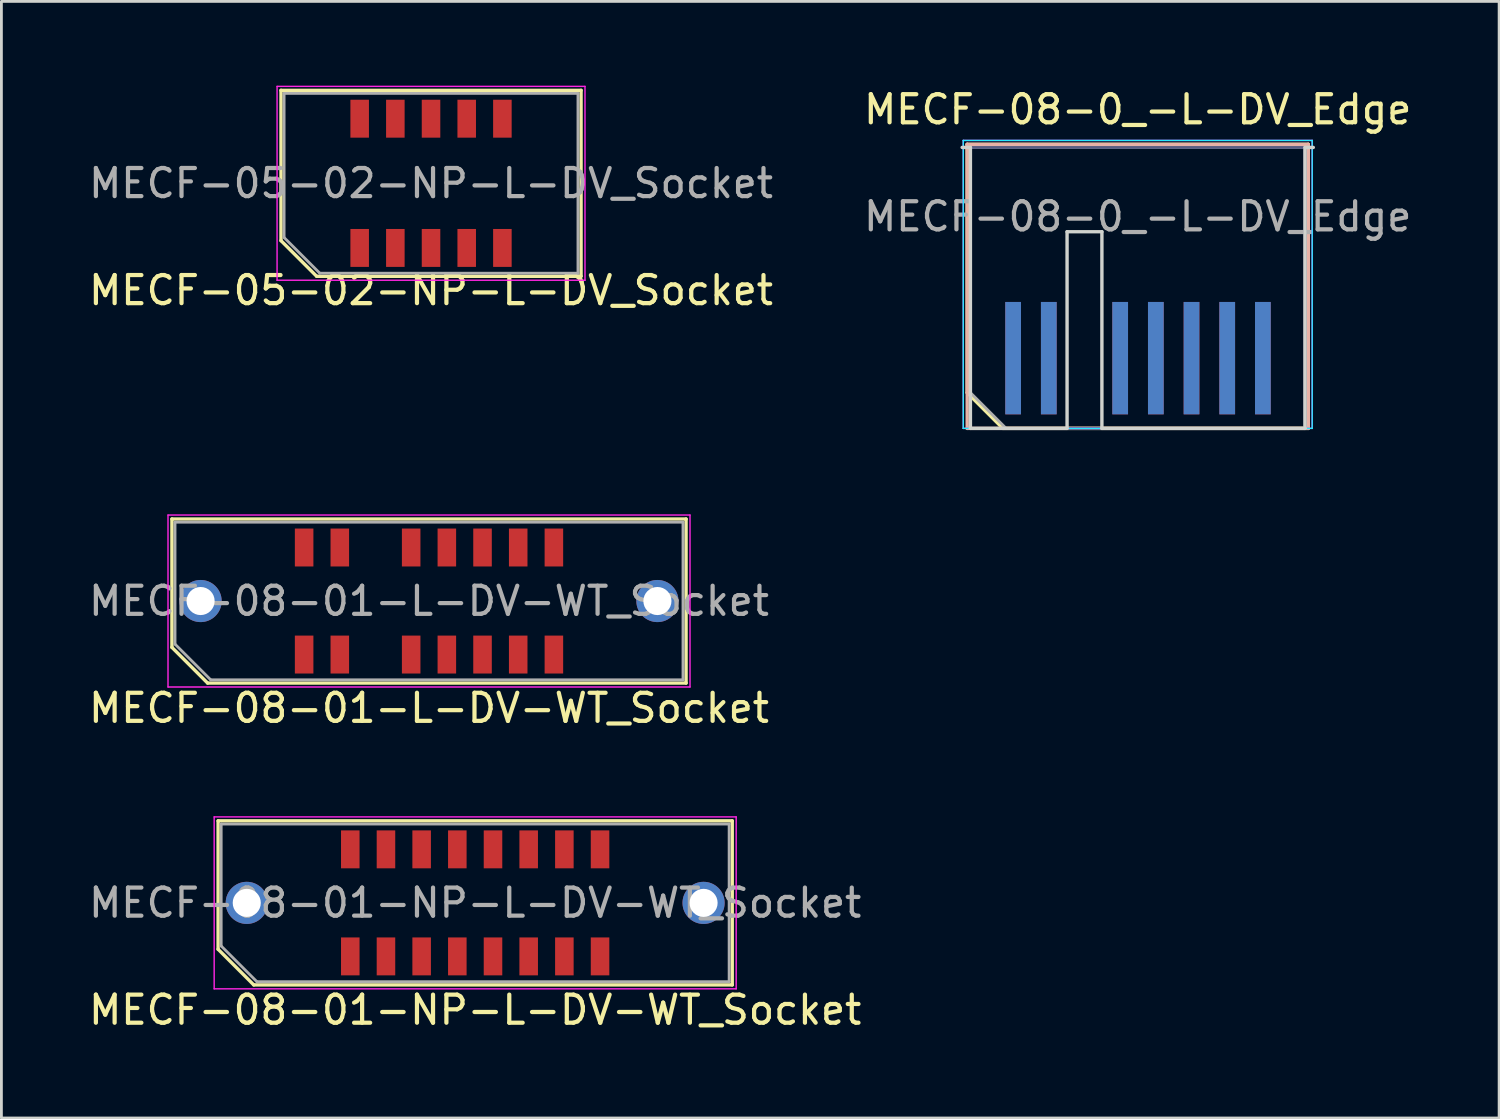
<source format=kicad_pcb>
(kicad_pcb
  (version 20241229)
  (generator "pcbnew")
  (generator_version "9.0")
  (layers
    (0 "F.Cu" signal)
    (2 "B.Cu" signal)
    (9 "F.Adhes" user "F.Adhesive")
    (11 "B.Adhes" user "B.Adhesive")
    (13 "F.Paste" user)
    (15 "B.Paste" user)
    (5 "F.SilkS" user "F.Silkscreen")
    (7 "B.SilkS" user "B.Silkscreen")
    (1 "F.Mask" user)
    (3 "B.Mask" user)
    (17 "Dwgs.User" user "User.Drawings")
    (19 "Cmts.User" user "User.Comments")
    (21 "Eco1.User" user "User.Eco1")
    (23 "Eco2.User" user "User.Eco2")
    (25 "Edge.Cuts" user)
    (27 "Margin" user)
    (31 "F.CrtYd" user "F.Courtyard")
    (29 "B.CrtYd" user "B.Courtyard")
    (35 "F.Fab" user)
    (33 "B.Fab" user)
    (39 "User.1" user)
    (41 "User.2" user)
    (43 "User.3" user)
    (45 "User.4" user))
  (footprint "MECF-05-02-NP-L-DV_Socket"
    (layer "F.Cu")
    (at 12.292 3.475)
    (property "Reference" "MECF-05-02-NP-L-DV_Socket" (at 0 3.81 0) (layer "F.SilkS") (effects (font (size 1 1) (thickness 0.15))))
    (attr smd)
    (fp_line (start -5.34 -3.31) (end 5.34 -3.31) (stroke (width 0.12) (type solid)) (layer "F.SilkS"))
    (fp_line (start -5.34 2.04) (end -5.34 -3.31) (stroke (width 0.12) (type solid)) (layer "F.SilkS"))
    (fp_line (start -4.07 3.31) (end -5.34 2.04) (stroke (width 0.12) (type solid)) (layer "F.SilkS"))
    (fp_line (start -4.07 3.31) (end 5.34 3.31) (stroke (width 0.12) (type solid)) (layer "F.SilkS"))
    (fp_line (start 5.34 3.31) (end 5.34 -3.31) (stroke (width 0.12) (type solid)) (layer "F.SilkS"))
    (fp_line (start -5.48 -3.45) (end -5.48 3.45) (stroke (width 0.05) (type solid)) (layer "F.CrtYd"))
    (fp_line (start -5.48 3.45) (end 5.48 3.45) (stroke (width 0.05) (type solid)) (layer "F.CrtYd"))
    (fp_line (start 5.48 -3.45) (end -5.48 -3.45) (stroke (width 0.05) (type solid)) (layer "F.CrtYd"))
    (fp_line (start 5.48 3.45) (end 5.48 -3.45) (stroke (width 0.05) (type solid)) (layer "F.CrtYd"))
    (fp_line (start -5.23 -3.2) (end 5.23 -3.2) (stroke (width 0.1) (type solid)) (layer "F.Fab"))
    (fp_line (start -5.23 1.93) (end -5.23 -3.2) (stroke (width 0.1) (type solid)) (layer "F.Fab"))
    (fp_line (start -5.23 1.93) (end -3.96 3.2) (stroke (width 0.1) (type solid)) (layer "F.Fab"))
    (fp_line (start -3.96 3.2) (end 5.23 3.2) (stroke (width 0.1) (type solid)) (layer "F.Fab"))
    (fp_line (start 5.23 3.2) (end 5.23 -3.2) (stroke (width 0.1) (type solid)) (layer "F.Fab"))
    (fp_text user "${REFERENCE}" (at 0 0 0) (layer "F.Fab") (effects (font (size 1 1) (thickness 0.15))))
    (pad "" np_thru_hole circle (at -4.32 0) (size 0.001 0.001) (drill 1.45) (layers "*.Cu" "*.Mask"))
    (pad "" np_thru_hole circle (at 4.32 1) (size 0.001 0.001) (drill 1.45) (layers "*.Cu" "*.Mask"))
    (pad "1" smd rect (at -2.54 2.3) (size 0.66 1.35) (layers "F.Cu" "F.Mask" "F.Paste"))
    (pad "2" smd rect (at -2.54 -2.3) (size 0.66 1.35) (layers "F.Cu" "F.Mask" "F.Paste"))
    (pad "3" smd rect (at -1.27 2.3) (size 0.66 1.35) (layers "F.Cu" "F.Mask" "F.Paste"))
    (pad "4" smd rect (at -1.27 -2.3) (size 0.66 1.35) (layers "F.Cu" "F.Mask" "F.Paste"))
    (pad "5" smd rect (at 0 2.3) (size 0.66 1.35) (layers "F.Cu" "F.Mask" "F.Paste"))
    (pad "6" smd rect (at 0 -2.3) (size 0.66 1.35) (layers "F.Cu" "F.Mask" "F.Paste"))
    (pad "7" smd rect (at 1.27 2.3) (size 0.66 1.35) (layers "F.Cu" "F.Mask" "F.Paste"))
    (pad "8" smd rect (at 1.27 -2.3) (size 0.66 1.35) (layers "F.Cu" "F.Mask" "F.Paste"))
    (pad "9" smd rect (at 2.54 2.3) (size 0.66 1.35) (layers "F.Cu" "F.Mask" "F.Paste"))
    (pad "10" smd rect (at 2.54 -2.3) (size 0.66 1.35) (layers "F.Cu" "F.Mask" "F.Paste")))
  (footprint "MECF-08-01-L-DV-WT_Socket"
    (layer "F.Cu")
    (at 12.22 18.343)
    (property "Reference" "MECF-08-01-L-DV-WT_Socket" (at 0 3.81 0) (layer "F.SilkS") (effects (font (size 1 1) (thickness 0.15))))
    (attr smd)
    (fp_line (start -9.15 -2.92) (end 9.15 -2.92) (stroke (width 0.12) (type solid)) (layer "F.SilkS"))
    (fp_line (start -9.15 1.65) (end -9.15 -2.92) (stroke (width 0.12) (type solid)) (layer "F.SilkS"))
    (fp_line (start -7.88 2.92) (end -9.15 1.65) (stroke (width 0.12) (type solid)) (layer "F.SilkS"))
    (fp_line (start -7.88 2.92) (end 9.15 2.92) (stroke (width 0.12) (type solid)) (layer "F.SilkS"))
    (fp_line (start 9.15 2.92) (end 9.15 -2.92) (stroke (width 0.12) (type solid)) (layer "F.SilkS"))
    (fp_line (start -9.29 -3.06) (end -9.29 3.06) (stroke (width 0.05) (type solid)) (layer "F.CrtYd"))
    (fp_line (start -9.29 3.06) (end 9.29 3.06) (stroke (width 0.05) (type solid)) (layer "F.CrtYd"))
    (fp_line (start 9.29 -3.06) (end -9.29 -3.06) (stroke (width 0.05) (type solid)) (layer "F.CrtYd"))
    (fp_line (start 9.29 3.06) (end 9.29 -3.06) (stroke (width 0.05) (type solid)) (layer "F.CrtYd"))
    (fp_line (start -9.04 -2.805) (end 9.04 -2.805) (stroke (width 0.1) (type solid)) (layer "F.Fab"))
    (fp_line (start -9.04 1.535) (end -9.04 -2.805) (stroke (width 0.1) (type solid)) (layer "F.Fab"))
    (fp_line (start -9.04 1.535) (end -7.77 2.805) (stroke (width 0.1) (type solid)) (layer "F.Fab"))
    (fp_line (start -7.77 2.805) (end 9.04 2.805) (stroke (width 0.1) (type solid)) (layer "F.Fab"))
    (fp_line (start 9.04 2.805) (end 9.04 -2.805) (stroke (width 0.1) (type solid)) (layer "F.Fab"))
    (fp_text user "${REFERENCE}" (at 0 0 0) (layer "F.Fab") (effects (font (size 1 1) (thickness 0.15))))
    (pad "" thru_hole circle (at -8.13 0) (size 1.5 1.5) (drill 1) (layers "*.Cu" "*.Mask"))
    (pad "" np_thru_hole circle (at -6.225 0) (size 0.001 0.001) (drill 1.45) (layers "*.Cu" "*.Mask"))
    (pad "" np_thru_hole circle (at 6.225 1) (size 0.001 0.001) (drill 1.45) (layers "*.Cu" "*.Mask"))
    (pad "" thru_hole circle (at 8.13 0) (size 1.5 1.5) (drill 1) (layers "*.Cu" "*.Mask"))
    (pad "1" smd rect (at -4.445 1.905) (size 0.66 1.35) (layers "F.Cu" "F.Mask" "F.Paste"))
    (pad "2" smd rect (at -4.445 -1.905) (size 0.66 1.35) (layers "F.Cu" "F.Mask" "F.Paste"))
    (pad "3" smd rect (at -3.175 1.905) (size 0.66 1.35) (layers "F.Cu" "F.Mask" "F.Paste"))
    (pad "4" smd rect (at -3.175 -1.905) (size 0.66 1.35) (layers "F.Cu" "F.Mask" "F.Paste"))
    (pad "7" smd rect (at -0.635 1.905) (size 0.66 1.35) (layers "F.Cu" "F.Mask" "F.Paste"))
    (pad "8" smd rect (at -0.635 -1.905) (size 0.66 1.35) (layers "F.Cu" "F.Mask" "F.Paste"))
    (pad "9" smd rect (at 0.635 1.905) (size 0.66 1.35) (layers "F.Cu" "F.Mask" "F.Paste"))
    (pad "10" smd rect (at 0.635 -1.905) (size 0.66 1.35) (layers "F.Cu" "F.Mask" "F.Paste"))
    (pad "11" smd rect (at 1.905 1.905) (size 0.66 1.35) (layers "F.Cu" "F.Mask" "F.Paste"))
    (pad "12" smd rect (at 1.905 -1.905) (size 0.66 1.35) (layers "F.Cu" "F.Mask" "F.Paste"))
    (pad "13" smd rect (at 3.175 1.905) (size 0.66 1.35) (layers "F.Cu" "F.Mask" "F.Paste"))
    (pad "14" smd rect (at 3.175 -1.905) (size 0.66 1.35) (layers "F.Cu" "F.Mask" "F.Paste"))
    (pad "15" smd rect (at 4.445 1.905) (size 0.66 1.35) (layers "F.Cu" "F.Mask" "F.Paste"))
    (pad "16" smd rect (at 4.445 -1.905) (size 0.66 1.35) (layers "F.Cu" "F.Mask" "F.Paste")))
  (footprint "MECF-08-01-NP-L-DV-WT_Socket"
    (layer "F.Cu")
    (at 13.863 29.087)
    (property "Reference" "MECF-08-01-NP-L-DV-WT_Socket" (at 0 3.81 0) (layer "F.SilkS") (effects (font (size 1 1) (thickness 0.15))))
    (attr smd)
    (fp_line (start -9.15 -2.92) (end 9.15 -2.92) (stroke (width 0.12) (type solid)) (layer "F.SilkS"))
    (fp_line (start -9.15 1.65) (end -9.15 -2.92) (stroke (width 0.12) (type solid)) (layer "F.SilkS"))
    (fp_line (start -7.88 2.92) (end -9.15 1.65) (stroke (width 0.12) (type solid)) (layer "F.SilkS"))
    (fp_line (start -7.88 2.92) (end 9.15 2.92) (stroke (width 0.12) (type solid)) (layer "F.SilkS"))
    (fp_line (start 9.15 2.92) (end 9.15 -2.92) (stroke (width 0.12) (type solid)) (layer "F.SilkS"))
    (fp_line (start -9.29 -3.06) (end -9.29 3.06) (stroke (width 0.05) (type solid)) (layer "F.CrtYd"))
    (fp_line (start -9.29 3.06) (end 9.29 3.06) (stroke (width 0.05) (type solid)) (layer "F.CrtYd"))
    (fp_line (start 9.29 -3.06) (end -9.29 -3.06) (stroke (width 0.05) (type solid)) (layer "F.CrtYd"))
    (fp_line (start 9.29 3.06) (end 9.29 -3.06) (stroke (width 0.05) (type solid)) (layer "F.CrtYd"))
    (fp_line (start -9.04 -2.805) (end 9.04 -2.805) (stroke (width 0.1) (type solid)) (layer "F.Fab"))
    (fp_line (start -9.04 1.535) (end -9.04 -2.805) (stroke (width 0.1) (type solid)) (layer "F.Fab"))
    (fp_line (start -9.04 1.535) (end -7.77 2.805) (stroke (width 0.1) (type solid)) (layer "F.Fab"))
    (fp_line (start -7.77 2.805) (end 9.04 2.805) (stroke (width 0.1) (type solid)) (layer "F.Fab"))
    (fp_line (start 9.04 2.805) (end 9.04 -2.805) (stroke (width 0.1) (type solid)) (layer "F.Fab"))
    (fp_text user "${REFERENCE}" (at 0 0 0) (layer "F.Fab") (effects (font (size 1 1) (thickness 0.15))))
    (pad "" thru_hole circle (at -8.13 0) (size 1.5 1.5) (drill 1) (layers "*.Cu" "*.Mask"))
    (pad "" np_thru_hole circle (at -6.225 0) (size 0.001 0.001) (drill 1.45) (layers "*.Cu" "*.Mask"))
    (pad "" np_thru_hole circle (at 6.225 1) (size 0.001 0.001) (drill 1.45) (layers "*.Cu" "*.Mask"))
    (pad "" thru_hole circle (at 8.13 0) (size 1.5 1.5) (drill 1) (layers "*.Cu" "*.Mask"))
    (pad "1" smd rect (at -4.445 1.905) (size 0.66 1.35) (layers "F.Cu" "F.Mask" "F.Paste"))
    (pad "2" smd rect (at -4.445 -1.905) (size 0.66 1.35) (layers "F.Cu" "F.Mask" "F.Paste"))
    (pad "3" smd rect (at -3.175 1.905) (size 0.66 1.35) (layers "F.Cu" "F.Mask" "F.Paste"))
    (pad "4" smd rect (at -3.175 -1.905) (size 0.66 1.35) (layers "F.Cu" "F.Mask" "F.Paste"))
    (pad "5" smd rect (at -1.905 1.905) (size 0.66 1.35) (layers "F.Cu" "F.Mask" "F.Paste"))
    (pad "6" smd rect (at -1.905 -1.905) (size 0.66 1.35) (layers "F.Cu" "F.Mask" "F.Paste"))
    (pad "7" smd rect (at -0.635 1.905) (size 0.66 1.35) (layers "F.Cu" "F.Mask" "F.Paste"))
    (pad "8" smd rect (at -0.635 -1.905) (size 0.66 1.35) (layers "F.Cu" "F.Mask" "F.Paste"))
    (pad "9" smd rect (at 0.635 1.905) (size 0.66 1.35) (layers "F.Cu" "F.Mask" "F.Paste"))
    (pad "10" smd rect (at 0.635 -1.905) (size 0.66 1.35) (layers "F.Cu" "F.Mask" "F.Paste"))
    (pad "11" smd rect (at 1.905 1.905) (size 0.66 1.35) (layers "F.Cu" "F.Mask" "F.Paste"))
    (pad "12" smd rect (at 1.905 -1.905) (size 0.66 1.35) (layers "F.Cu" "F.Mask" "F.Paste"))
    (pad "13" smd rect (at 3.175 1.905) (size 0.66 1.35) (layers "F.Cu" "F.Mask" "F.Paste"))
    (pad "14" smd rect (at 3.175 -1.905) (size 0.66 1.35) (layers "F.Cu" "F.Mask" "F.Paste"))
    (pad "15" smd rect (at 4.445 1.905) (size 0.66 1.35) (layers "F.Cu" "F.Mask" "F.Paste"))
    (pad "16" smd rect (at 4.445 -1.905) (size 0.66 1.35) (layers "F.Cu" "F.Mask" "F.Paste")))
  (footprint "MECF-08-0_-L-DV_Edge"
    (layer "F.Cu")
    (at 37.446 7.198)
    (property "Reference" "MECF-08-0_-L-DV_Edge" (at 0 -6.35 0) (layer "F.SilkS") (effects (font (size 1 1) (thickness 0.15))))
    (attr exclude_from_pos_files exclude_from_bom)
    (fp_line (start -6.07 -5.11) (end 6.07 -5.11) (stroke (width 0.12) (type solid)) (layer "F.SilkS"))
    (fp_line (start -6.07 3.73) (end -6.07 -5.11) (stroke (width 0.12) (type solid)) (layer "F.SilkS"))
    (fp_line (start -4.8 5) (end -6.07 3.73) (stroke (width 0.12) (type solid)) (layer "F.SilkS"))
    (fp_line (start -4.8 5) (end 6.07 5) (stroke (width 0.12) (type solid)) (layer "F.SilkS"))
    (fp_line (start 6.07 5) (end 6.07 -5.11) (stroke (width 0.12) (type solid)) (layer "F.SilkS"))
    (fp_line (start -6.07 -5.11) (end 6.07 -5.11) (stroke (width 0.12) (type solid)) (layer "B.SilkS"))
    (fp_line (start -6.07 5) (end -6.07 -5.11) (stroke (width 0.12) (type solid)) (layer "B.SilkS"))
    (fp_line (start -6.07 5) (end 6.07 5) (stroke (width 0.12) (type solid)) (layer "B.SilkS"))
    (fp_line (start 6.07 5) (end 6.07 -5.11) (stroke (width 0.12) (type solid)) (layer "B.SilkS"))
    (fp_line (start -6.25 -5) (end -5.955 -5) (stroke (width 0.12) (type solid)) (layer "Edge.Cuts"))
    (fp_line (start -5.955 5) (end -5.955 -5) (stroke (width 0.12) (type solid)) (layer "Edge.Cuts"))
    (fp_line (start -5.955 5) (end -2.515 5) (stroke (width 0.12) (type solid)) (layer "Edge.Cuts"))
    (fp_line (start -2.515 -2) (end -1.275 -2) (stroke (width 0.12) (type solid)) (layer "Edge.Cuts"))
    (fp_line (start -2.515 5) (end -2.515 -2) (stroke (width 0.12) (type solid)) (layer "Edge.Cuts"))
    (fp_line (start -1.275 5) (end -1.275 -2) (stroke (width 0.12) (type solid)) (layer "Edge.Cuts"))
    (fp_line (start -1.275 5) (end 5.955 5) (stroke (width 0.12) (type solid)) (layer "Edge.Cuts"))
    (fp_line (start 5.955 5) (end 5.955 -5) (stroke (width 0.12) (type solid)) (layer "Edge.Cuts"))
    (fp_line (start 6.25 -5) (end 5.955 -5) (stroke (width 0.12) (type solid)) (layer "Edge.Cuts"))
    (fp_line (start -6.21 -5.25) (end -6.21 5) (stroke (width 0.05) (type solid)) (layer "B.CrtYd"))
    (fp_line (start -6.21 5) (end 6.21 5) (stroke (width 0.05) (type solid)) (layer "B.CrtYd"))
    (fp_line (start 6.21 -5.25) (end -6.21 -5.25) (stroke (width 0.05) (type solid)) (layer "B.CrtYd"))
    (fp_line (start 6.21 5) (end 6.21 -5.25) (stroke (width 0.05) (type solid)) (layer "B.CrtYd"))
    (fp_line (start -6.21 -5.25) (end -6.21 5) (stroke (width 0.05) (type solid)) (layer "F.CrtYd"))
    (fp_line (start -6.21 5) (end 6.21 5) (stroke (width 0.05) (type solid)) (layer "F.CrtYd"))
    (fp_line (start 6.21 -5.25) (end -6.21 -5.25) (stroke (width 0.05) (type solid)) (layer "F.CrtYd"))
    (fp_line (start 6.21 5) (end 6.21 -5.25) (stroke (width 0.05) (type solid)) (layer "F.CrtYd"))
    (fp_line (start -5.955 -5) (end 5.955 -5) (stroke (width 0.1) (type solid)) (layer "B.Fab"))
    (fp_line (start -5.955 5) (end -5.955 -5) (stroke (width 0.1) (type solid)) (layer "B.Fab"))
    (fp_line (start -5.955 5) (end 5.955 5) (stroke (width 0.1) (type solid)) (layer "B.Fab"))
    (fp_line (start 5.955 5) (end 5.955 -5) (stroke (width 0.1) (type solid)) (layer "B.Fab"))
    (fp_line (start -5.955 -5) (end 5.955 -5) (stroke (width 0.1) (type solid)) (layer "F.Fab"))
    (fp_line (start -5.955 3.73) (end -5.955 -5) (stroke (width 0.1) (type solid)) (layer "F.Fab"))
    (fp_line (start -5.955 3.73) (end -4.685 5) (stroke (width 0.1) (type solid)) (layer "F.Fab"))
    (fp_line (start -4.685 5) (end 5.955 5) (stroke (width 0.1) (type solid)) (layer "F.Fab"))
    (fp_line (start 5.955 5) (end 5.955 -5) (stroke (width 0.1) (type solid)) (layer "F.Fab"))
    (fp_text user "${REFERENCE}" (at 0 -2.54 0) (layer "F.Fab") (effects (font (size 1 1) (thickness 0.15))))
    (pad "1" smd rect (at -4.435 2.5) (size 0.56 4) (layers "F.Cu" "F.Mask" "F.Paste"))
    (pad "2" smd rect (at -4.435 2.5) (size 0.56 4) (layers "B.Cu" "B.Mask" "B.Paste"))
    (pad "3" smd rect (at -3.165 2.5) (size 0.56 4) (layers "F.Cu" "F.Mask" "F.Paste"))
    (pad "4" smd rect (at -3.165 2.5) (size 0.56 4) (layers "B.Cu" "B.Mask" "B.Paste"))
    (pad "7" smd rect (at -0.625 2.5) (size 0.56 4) (layers "F.Cu" "F.Mask" "F.Paste"))
    (pad "8" smd rect (at -0.625 2.5) (size 0.56 4) (layers "B.Cu" "B.Mask" "B.Paste"))
    (pad "9" smd rect (at 0.645 2.5) (size 0.56 4) (layers "F.Cu" "F.Mask" "F.Paste"))
    (pad "10" smd rect (at 0.645 2.5) (size 0.56 4) (layers "B.Cu" "B.Mask" "B.Paste"))
    (pad "11" smd rect (at 1.915 2.5) (size 0.56 4) (layers "F.Cu" "F.Mask" "F.Paste"))
    (pad "12" smd rect (at 1.915 2.5) (size 0.56 4) (layers "B.Cu" "B.Mask" "B.Paste"))
    (pad "13" smd rect (at 3.185 2.5) (size 0.56 4) (layers "F.Cu" "F.Mask" "F.Paste"))
    (pad "14" smd rect (at 3.185 2.5) (size 0.56 4) (layers "B.Cu" "B.Mask" "B.Paste"))
    (pad "15" smd rect (at 4.455 2.5) (size 0.56 4) (layers "F.Cu" "F.Mask" "F.Paste"))
    (pad "16" smd rect (at 4.455 2.5) (size 0.56 4) (layers "B.Cu" "B.Mask" "B.Paste")))
  (gr_rect
    (start -3 -3)
    (end 50.31 36.745)
    (stroke (width 0.1) (type default))
    (fill no)
    (layer "Edge.Cuts")))
</source>
